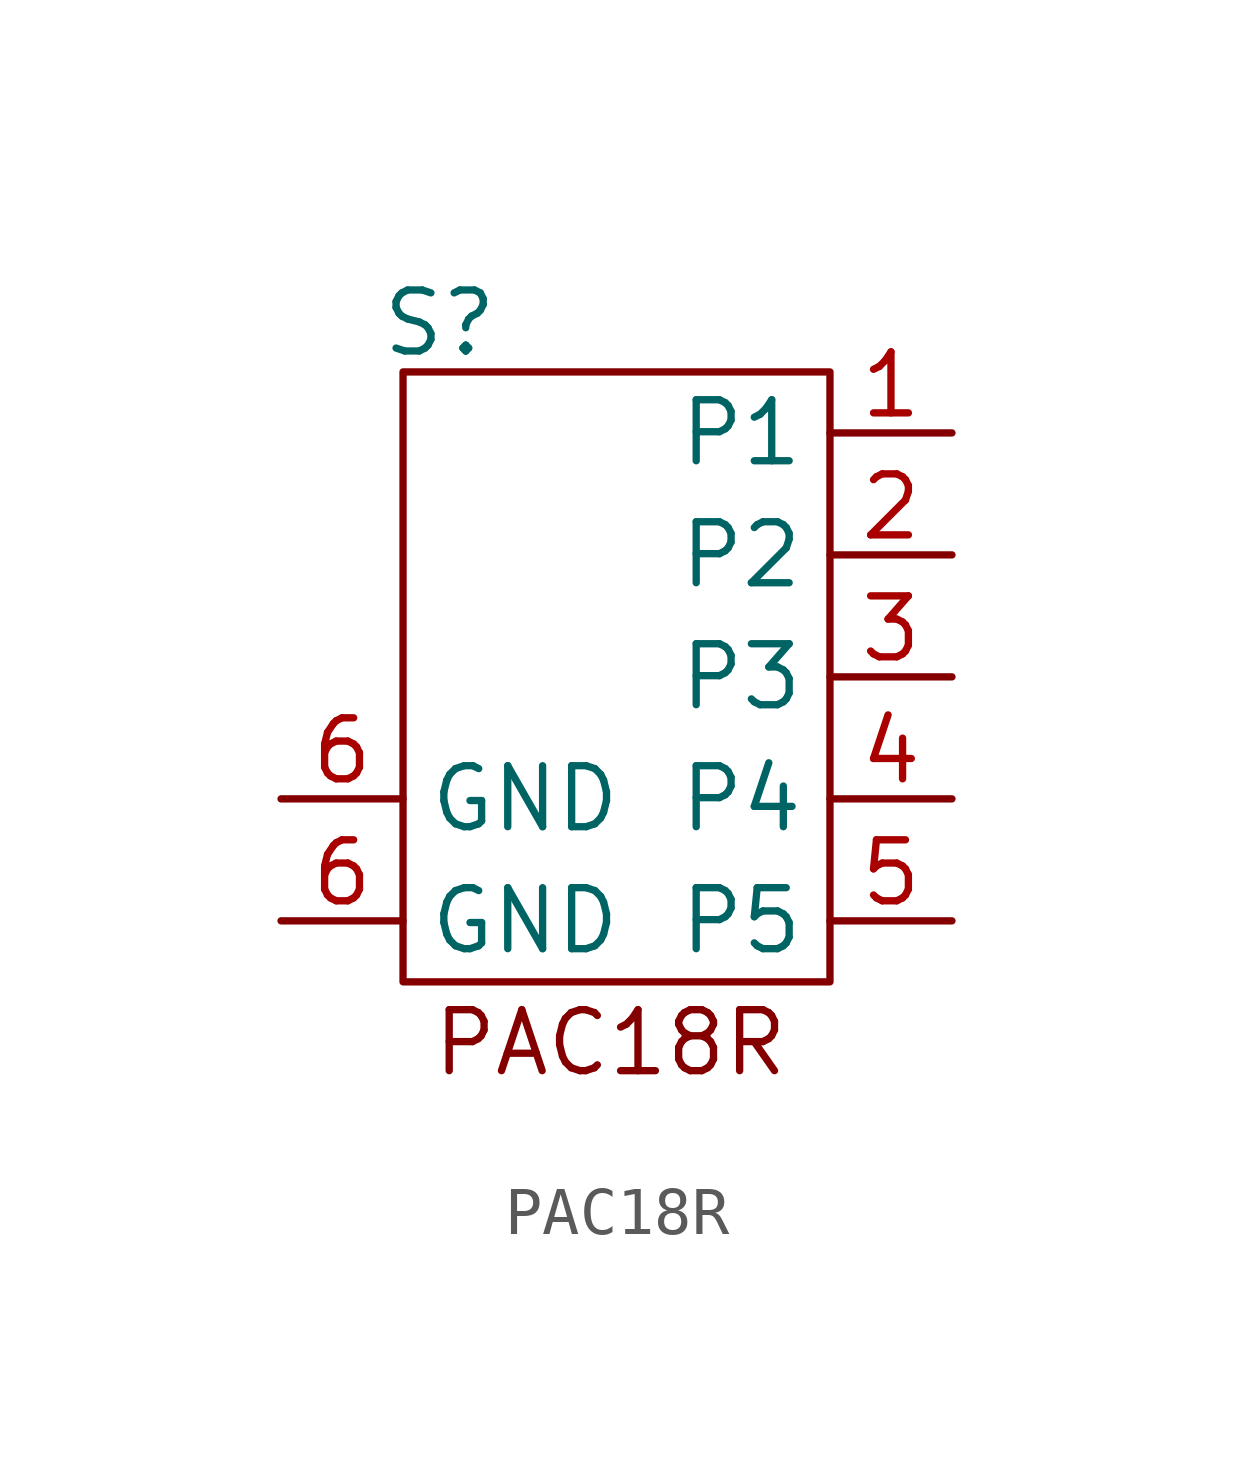
<source format=kicad_sym>
(kicad_symbol_lib
  (version 20231120)
  (generator "kicad_symbol_editor")
  (generator_version "8.0")
  (symbol "PAC18R"
    (property "Reference" "S"
      (at -3.048 7.366 0)
      (effects (font (size 1.27 1.27))))
    (property "Value" ""
      (at 5.08 5.08 0)
      (effects (font (size 1.27 1.27))))
    (symbol "PAC18R_0_1"
      (rectangle (start -3.81 6.35) (end 5.08 -6.35) (stroke (width 0) (type default)) (fill (type none))))
    (symbol "PAC18R_1_1"
      (text "PAC18R" (at 0.508 -7.62 0) (effects (font (size 1.27 1.27))))
      (pin output line (at 7.62 5.08 180) (length 2.54) (name "P1" (effects (font (size 1.27 1.27)))) (number "1" (effects (font (size 1.27 1.27)))))
      (pin output line (at 7.62 2.54 180) (length 2.54) (name "P2" (effects (font (size 1.27 1.27)))) (number "2" (effects (font (size 1.27 1.27)))))
      (pin output line (at 7.62 0 180) (length 2.54) (name "P3" (effects (font (size 1.27 1.27)))) (number "3" (effects (font (size 1.27 1.27)))))
      (pin output line (at 7.62 -2.54 180) (length 2.54) (name "P4" (effects (font (size 1.27 1.27)))) (number "4" (effects (font (size 1.27 1.27)))))
      (pin input line (at 7.62 -5.08 180) (length 2.54) (name "P5" (effects (font (size 1.27 1.27)))) (number "5" (effects (font (size 1.27 1.27)))))
      (pin input line (at -6.35 -5.08 0) (length 2.54) (name "GND" (effects (font (size 1.27 1.27)))) (number "6" (effects (font (size 1.27 1.27)))))
      (pin input line (at -6.35 -2.54 0) (length 2.54) (name "GND" (effects (font (size 1.27 1.27)))) (number "6" (effects (font (size 1.27 1.27))))))))
</source>
